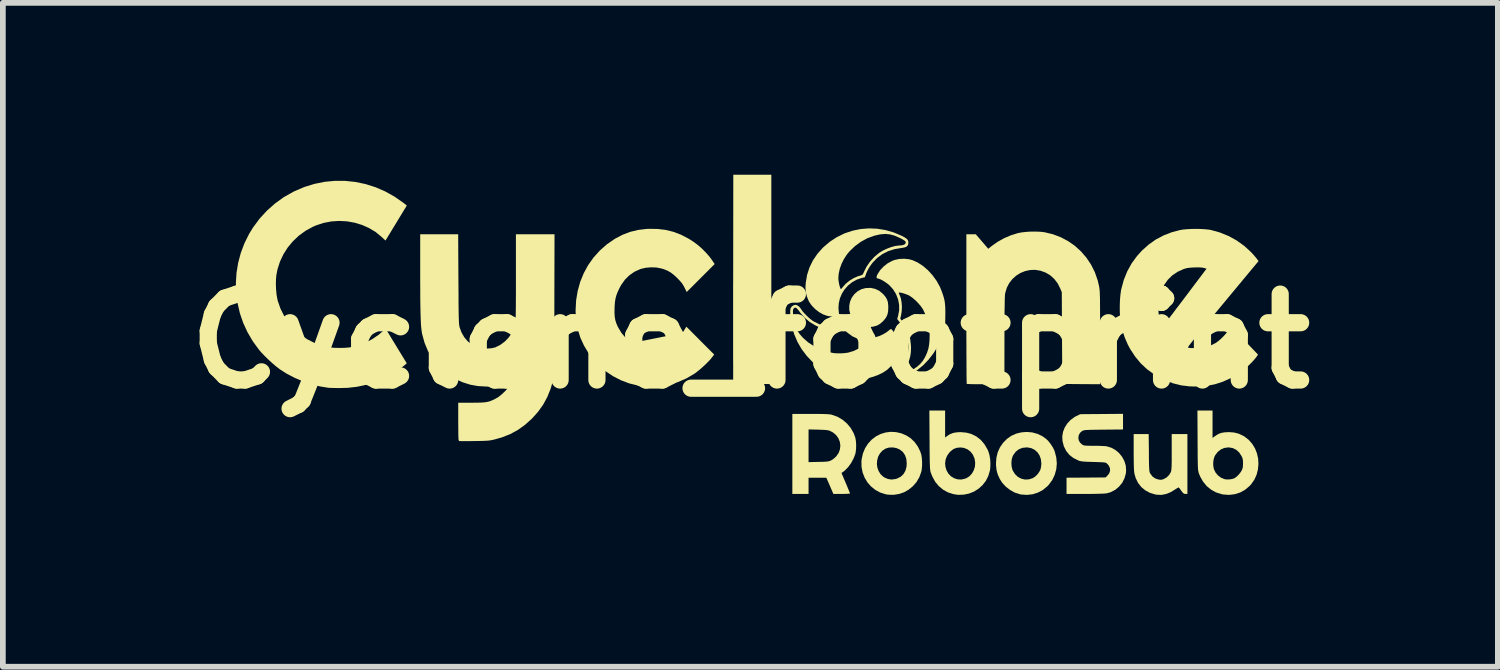
<source format=kicad_pcb>
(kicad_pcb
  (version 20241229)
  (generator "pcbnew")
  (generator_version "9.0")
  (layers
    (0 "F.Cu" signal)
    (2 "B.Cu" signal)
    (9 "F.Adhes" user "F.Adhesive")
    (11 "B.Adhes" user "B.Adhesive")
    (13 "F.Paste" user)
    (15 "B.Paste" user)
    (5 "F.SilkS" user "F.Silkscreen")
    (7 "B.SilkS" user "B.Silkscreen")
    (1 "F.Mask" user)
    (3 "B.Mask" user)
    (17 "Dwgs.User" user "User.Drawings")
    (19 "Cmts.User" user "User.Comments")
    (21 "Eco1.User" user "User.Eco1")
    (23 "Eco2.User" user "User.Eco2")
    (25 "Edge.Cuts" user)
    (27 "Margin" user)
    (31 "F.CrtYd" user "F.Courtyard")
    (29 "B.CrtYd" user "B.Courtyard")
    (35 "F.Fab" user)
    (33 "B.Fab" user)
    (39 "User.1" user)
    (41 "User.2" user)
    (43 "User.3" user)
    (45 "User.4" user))
  (footprint "Cyclone_footprint"
    (layer "F.Cu")
    (at 10.05 2.906)
    (property "Reference" "Cyclone_footprint" (at 0 0 0) (layer "F.SilkS") (effects (font (size 1.5 1.5) (thickness 0.3))))
    (attr board_only exclude_from_pos_files exclude_from_bom)
    (fp_poly (pts (xy 0.366 -1.079) (xy 0.366 0.747) (xy 0.036 0.75) (xy -0.057 0.75) (xy -0.132 0.751) (xy -0.191 0.75) (xy -0.235 0.749) (xy -0.266 0.748) (xy -0.286 0.745) (xy -0.296 0.742) (xy -0.298 0.74) (xy -0.299 0.729) (xy -0.299 0.7) (xy -0.3 0.653) (xy -0.3 0.589) (xy -0.3 0.51) (xy -0.3 0.416) (xy -0.301 0.308) (xy -0.301 0.187) (xy -0.301 0.055) (xy -0.301 -0.088) (xy -0.301 -0.241) (xy -0.301 -0.403) (xy -0.301 -0.573) (xy -0.301 -0.75) (xy -0.301 -0.933) (xy -0.3 -1.089) (xy -0.298 -2.906) (xy 0.034 -2.906) (xy 0.366 -2.906)) (stroke (width 0) (type solid)) (fill yes) (layer "F.SilkS"))
    (fp_poly (pts (xy 2.179 -0.913) (xy 2.25 -0.879) (xy 2.314 -0.826) (xy 2.319 -0.821) (xy 2.359 -0.774) (xy 2.385 -0.729) (xy 2.401 -0.68) (xy 2.407 -0.622) (xy 2.408 -0.586) (xy 2.405 -0.52) (xy 2.394 -0.468) (xy 2.374 -0.421) (xy 2.341 -0.376) (xy 2.32 -0.352) (xy 2.265 -0.303) (xy 2.206 -0.27) (xy 2.138 -0.252) (xy 2.082 -0.247) (xy 2.036 -0.246) (xy 2.002 -0.249) (xy 1.972 -0.256) (xy 1.943 -0.267) (xy 1.869 -0.307) (xy 1.809 -0.36) (xy 1.764 -0.422) (xy 1.745 -0.466) (xy 1.727 -0.544) (xy 1.727 -0.621) (xy 1.742 -0.695) (xy 1.773 -0.763) (xy 1.817 -0.822) (xy 1.873 -0.871) (xy 1.939 -0.907) (xy 2.014 -0.927) (xy 2.018 -0.927) (xy 2.101 -0.93)) (stroke (width 0) (type solid)) (fill yes) (layer "F.SilkS"))
    (fp_poly (pts (xy 6.958 1.947) (xy 6.958 2.035) (xy 6.959 2.106) (xy 6.96 2.162) (xy 6.962 2.205) (xy 6.964 2.238) (xy 6.966 2.261) (xy 6.969 2.279) (xy 6.973 2.293) (xy 6.978 2.305) (xy 6.982 2.312) (xy 7.019 2.362) (xy 7.069 2.397) (xy 7.119 2.414) (xy 7.154 2.42) (xy 7.18 2.419) (xy 7.21 2.41) (xy 7.214 2.409) (xy 7.269 2.378) (xy 7.314 2.332) (xy 7.338 2.291) (xy 7.343 2.279) (xy 7.347 2.264) (xy 7.35 2.245) (xy 7.352 2.219) (xy 7.354 2.184) (xy 7.355 2.138) (xy 7.356 2.079) (xy 7.356 2.004) (xy 7.356 1.937) (xy 7.356 1.622) (xy 7.493 1.622) (xy 7.63 1.622) (xy 7.63 2.144) (xy 7.63 2.667) (xy 7.596 2.667) (xy 7.576 2.665) (xy 7.56 2.656) (xy 7.542 2.637) (xy 7.526 2.616) (xy 7.506 2.588) (xy 7.49 2.566) (xy 7.482 2.556) (xy 7.471 2.556) (xy 7.45 2.567) (xy 7.428 2.581) (xy 7.343 2.634) (xy 7.26 2.668) (xy 7.178 2.684) (xy 7.095 2.681) (xy 7.068 2.676) (xy 6.975 2.648) (xy 6.894 2.604) (xy 6.824 2.546) (xy 6.768 2.474) (xy 6.727 2.39) (xy 6.706 2.317) (xy 6.702 2.29) (xy 6.698 2.254) (xy 6.696 2.207) (xy 6.694 2.147) (xy 6.693 2.072) (xy 6.692 1.98) (xy 6.692 1.937) (xy 6.692 1.622) (xy 6.823 1.622) (xy 6.954 1.622)) (stroke (width 0) (type solid)) (fill yes) (layer "F.SilkS"))
    (fp_poly (pts (xy 2.544 1.588) (xy 2.639 1.61) (xy 2.727 1.648) (xy 2.802 1.698) (xy 2.869 1.763) (xy 2.924 1.84) (xy 2.966 1.926) (xy 2.984 1.98) (xy 2.993 2.035) (xy 2.998 2.1) (xy 2.998 2.169) (xy 2.993 2.233) (xy 2.984 2.281) (xy 2.95 2.375) (xy 2.901 2.459) (xy 2.839 2.531) (xy 2.766 2.591) (xy 2.684 2.638) (xy 2.595 2.668) (xy 2.5 2.683) (xy 2.403 2.68) (xy 2.358 2.672) (xy 2.265 2.642) (xy 2.18 2.596) (xy 2.106 2.536) (xy 2.044 2.465) (xy 1.995 2.383) (xy 1.96 2.293) (xy 1.941 2.197) (xy 1.94 2.145) (xy 2.209 2.145) (xy 2.218 2.21) (xy 2.24 2.27) (xy 2.275 2.325) (xy 2.323 2.369) (xy 2.339 2.379) (xy 2.401 2.406) (xy 2.463 2.416) (xy 2.529 2.408) (xy 2.568 2.396) (xy 2.627 2.365) (xy 2.674 2.32) (xy 2.707 2.262) (xy 2.726 2.193) (xy 2.73 2.135) (xy 2.723 2.058) (xy 2.702 1.994) (xy 2.666 1.939) (xy 2.655 1.928) (xy 2.607 1.891) (xy 2.548 1.866) (xy 2.484 1.855) (xy 2.419 1.858) (xy 2.36 1.876) (xy 2.305 1.912) (xy 2.262 1.96) (xy 2.231 2.017) (xy 2.214 2.08) (xy 2.209 2.145) (xy 1.94 2.145) (xy 1.939 2.097) (xy 1.943 2.061) (xy 1.965 1.96) (xy 2.003 1.869) (xy 2.054 1.789) (xy 2.117 1.72) (xy 2.19 1.664) (xy 2.271 1.622) (xy 2.358 1.595) (xy 2.45 1.583)) (stroke (width 0) (type solid)) (fill yes) (layer "F.SilkS"))
    (fp_poly (pts (xy 4.92 1.593) (xy 5.011 1.618) (xy 5.098 1.659) (xy 5.162 1.705) (xy 5.202 1.744) (xy 5.243 1.796) (xy 5.28 1.853) (xy 5.308 1.909) (xy 5.314 1.927) (xy 5.341 2.031) (xy 5.35 2.135) (xy 5.341 2.236) (xy 5.314 2.333) (xy 5.271 2.424) (xy 5.211 2.506) (xy 5.183 2.535) (xy 5.106 2.598) (xy 5.02 2.644) (xy 4.927 2.673) (xy 4.829 2.684) (xy 4.729 2.677) (xy 4.702 2.672) (xy 4.616 2.644) (xy 4.535 2.599) (xy 4.46 2.541) (xy 4.397 2.473) (xy 4.354 2.405) (xy 4.319 2.328) (xy 4.298 2.252) (xy 4.289 2.169) (xy 4.289 2.135) (xy 4.289 2.125) (xy 4.557 2.125) (xy 4.561 2.188) (xy 4.575 2.244) (xy 4.582 2.261) (xy 4.621 2.322) (xy 4.671 2.37) (xy 4.73 2.401) (xy 4.794 2.416) (xy 4.862 2.413) (xy 4.93 2.392) (xy 4.931 2.391) (xy 4.975 2.362) (xy 5.016 2.321) (xy 5.049 2.273) (xy 5.065 2.24) (xy 5.073 2.204) (xy 5.079 2.16) (xy 5.08 2.135) (xy 5.072 2.06) (xy 5.048 1.994) (xy 5.011 1.939) (xy 4.962 1.896) (xy 4.902 1.867) (xy 4.834 1.855) (xy 4.821 1.855) (xy 4.748 1.863) (xy 4.685 1.889) (xy 4.632 1.931) (xy 4.59 1.989) (xy 4.578 2.012) (xy 4.563 2.064) (xy 4.557 2.125) (xy 4.289 2.125) (xy 4.296 2.032) (xy 4.319 1.939) (xy 4.358 1.853) (xy 4.413 1.774) (xy 4.48 1.706) (xy 4.557 1.652) (xy 4.642 1.614) (xy 4.733 1.592) (xy 4.826 1.585)) (stroke (width 0) (type solid)) (fill yes) (layer "F.SilkS"))
    (fp_poly (pts (xy 3.4 1.447) (xy 3.4 1.683) (xy 3.435 1.656) (xy 3.485 1.624) (xy 3.538 1.603) (xy 3.599 1.592) (xy 3.668 1.588) (xy 3.771 1.597) (xy 3.864 1.623) (xy 3.949 1.666) (xy 4.024 1.725) (xy 4.087 1.8) (xy 4.14 1.89) (xy 4.157 1.929) (xy 4.175 1.991) (xy 4.187 2.064) (xy 4.191 2.141) (xy 4.188 2.216) (xy 4.182 2.259) (xy 4.154 2.354) (xy 4.111 2.439) (xy 4.053 2.514) (xy 3.984 2.576) (xy 3.905 2.626) (xy 3.817 2.661) (xy 3.724 2.68) (xy 3.626 2.683) (xy 3.546 2.671) (xy 3.452 2.641) (xy 3.366 2.594) (xy 3.291 2.532) (xy 3.227 2.455) (xy 3.177 2.364) (xy 3.15 2.296) (xy 3.146 2.282) (xy 3.142 2.267) (xy 3.14 2.248) (xy 3.137 2.223) (xy 3.135 2.191) (xy 3.134 2.151) (xy 3.133 2.131) (xy 3.4 2.131) (xy 3.406 2.195) (xy 3.425 2.256) (xy 3.457 2.312) (xy 3.5 2.358) (xy 3.555 2.392) (xy 3.616 2.412) (xy 3.681 2.416) (xy 3.745 2.402) (xy 3.767 2.394) (xy 3.823 2.36) (xy 3.868 2.312) (xy 3.901 2.253) (xy 3.921 2.188) (xy 3.925 2.118) (xy 3.914 2.05) (xy 3.885 1.982) (xy 3.843 1.928) (xy 3.79 1.888) (xy 3.727 1.863) (xy 3.665 1.856) (xy 3.603 1.862) (xy 3.549 1.882) (xy 3.501 1.918) (xy 3.474 1.945) (xy 3.433 2.003) (xy 3.409 2.066) (xy 3.4 2.131) (xy 3.133 2.131) (xy 3.132 2.099) (xy 3.131 2.036) (xy 3.13 1.958) (xy 3.129 1.865) (xy 3.129 1.754) (xy 3.128 1.727) (xy 3.125 1.211) (xy 3.262 1.211) (xy 3.4 1.211)) (stroke (width 0) (type solid)) (fill yes) (layer "F.SilkS"))
    (fp_poly (pts (xy 1.142 1.27) (xy 1.218 1.271) (xy 1.279 1.272) (xy 1.327 1.274) (xy 1.365 1.276) (xy 1.393 1.279) (xy 1.416 1.283) (xy 1.422 1.285) (xy 1.519 1.319) (xy 1.607 1.37) (xy 1.685 1.436) (xy 1.751 1.514) (xy 1.802 1.603) (xy 1.832 1.683) (xy 1.842 1.738) (xy 1.847 1.805) (xy 1.846 1.874) (xy 1.839 1.937) (xy 1.832 1.971) (xy 1.801 2.05) (xy 1.759 2.128) (xy 1.708 2.198) (xy 1.651 2.257) (xy 1.619 2.282) (xy 1.591 2.301) (xy 1.665 2.476) (xy 1.688 2.53) (xy 1.708 2.579) (xy 1.724 2.618) (xy 1.735 2.645) (xy 1.739 2.658) (xy 1.739 2.659) (xy 1.73 2.662) (xy 1.704 2.664) (xy 1.666 2.666) (xy 1.619 2.667) (xy 1.594 2.667) (xy 1.449 2.667) (xy 1.388 2.525) (xy 1.326 2.384) (xy 1.171 2.384) (xy 1.016 2.384) (xy 1.016 2.525) (xy 1.016 2.667) (xy 0.874 2.667) (xy 0.733 2.667) (xy 0.733 1.968) (xy 0.733 1.827) (xy 1.016 1.827) (xy 1.016 2.112) (xy 1.189 2.108) (xy 1.253 2.107) (xy 1.301 2.105) (xy 1.336 2.102) (xy 1.362 2.099) (xy 1.382 2.093) (xy 1.4 2.086) (xy 1.409 2.082) (xy 1.442 2.062) (xy 1.477 2.033) (xy 1.5 2.01) (xy 1.541 1.952) (xy 1.564 1.888) (xy 1.571 1.823) (xy 1.562 1.758) (xy 1.537 1.696) (xy 1.498 1.641) (xy 1.444 1.595) (xy 1.397 1.57) (xy 1.378 1.562) (xy 1.355 1.556) (xy 1.327 1.552) (xy 1.288 1.549) (xy 1.237 1.547) (xy 1.185 1.545) (xy 1.016 1.541) (xy 1.016 1.827) (xy 0.733 1.827) (xy 0.733 1.27) (xy 1.048 1.27)) (stroke (width 0) (type solid)) (fill yes) (layer "F.SilkS"))
    (fp_poly (pts (xy 8.069 1.451) (xy 8.069 1.69) (xy 8.113 1.657) (xy 8.163 1.625) (xy 8.216 1.603) (xy 8.277 1.592) (xy 8.351 1.588) (xy 8.358 1.588) (xy 8.446 1.595) (xy 8.524 1.615) (xy 8.6 1.65) (xy 8.627 1.666) (xy 8.702 1.724) (xy 8.763 1.795) (xy 8.811 1.874) (xy 8.845 1.961) (xy 8.865 2.053) (xy 8.87 2.147) (xy 8.861 2.241) (xy 8.838 2.332) (xy 8.799 2.418) (xy 8.745 2.496) (xy 8.714 2.53) (xy 8.636 2.595) (xy 8.55 2.643) (xy 8.456 2.672) (xy 8.358 2.684) (xy 8.257 2.677) (xy 8.226 2.671) (xy 8.131 2.641) (xy 8.045 2.594) (xy 7.969 2.532) (xy 7.905 2.455) (xy 7.854 2.366) (xy 7.833 2.315) (xy 7.828 2.301) (xy 7.824 2.287) (xy 7.821 2.272) (xy 7.818 2.254) (xy 7.815 2.232) (xy 7.814 2.203) (xy 7.812 2.17) (xy 8.081 2.17) (xy 8.09 2.223) (xy 8.093 2.235) (xy 8.122 2.295) (xy 8.166 2.346) (xy 8.219 2.385) (xy 8.279 2.409) (xy 8.299 2.413) (xy 8.34 2.415) (xy 8.386 2.411) (xy 8.427 2.402) (xy 8.451 2.393) (xy 8.489 2.366) (xy 8.529 2.327) (xy 8.562 2.284) (xy 8.575 2.262) (xy 8.589 2.232) (xy 8.597 2.203) (xy 8.6 2.167) (xy 8.601 2.135) (xy 8.6 2.09) (xy 8.595 2.057) (xy 8.586 2.029) (xy 8.575 2.006) (xy 8.533 1.942) (xy 8.482 1.896) (xy 8.423 1.867) (xy 8.354 1.855) (xy 8.344 1.855) (xy 8.275 1.864) (xy 8.213 1.891) (xy 8.159 1.934) (xy 8.115 1.992) (xy 8.106 2.008) (xy 8.09 2.054) (xy 8.081 2.11) (xy 8.081 2.17) (xy 7.812 2.17) (xy 7.812 2.166) (xy 7.811 2.119) (xy 7.81 2.06) (xy 7.809 1.988) (xy 7.809 1.9) (xy 7.808 1.796) (xy 7.808 1.732) (xy 7.805 1.211) (xy 7.937 1.211) (xy 8.069 1.211)) (stroke (width 0) (type solid)) (fill yes) (layer "F.SilkS"))
    (fp_poly (pts (xy 6.506 1.406) (xy 6.506 1.542) (xy 6.167 1.545) (xy 6.076 1.546) (xy 6.003 1.547) (xy 5.945 1.548) (xy 5.9 1.55) (xy 5.866 1.551) (xy 5.841 1.554) (xy 5.823 1.557) (xy 5.81 1.56) (xy 5.799 1.565) (xy 5.793 1.568) (xy 5.756 1.6) (xy 5.734 1.64) (xy 5.726 1.685) (xy 5.733 1.73) (xy 5.755 1.771) (xy 5.792 1.805) (xy 5.796 1.807) (xy 5.809 1.814) (xy 5.824 1.82) (xy 5.845 1.823) (xy 5.874 1.825) (xy 5.916 1.826) (xy 5.972 1.827) (xy 5.999 1.827) (xy 6.06 1.827) (xy 6.117 1.829) (xy 6.167 1.831) (xy 6.204 1.834) (xy 6.222 1.836) (xy 6.303 1.861) (xy 6.376 1.902) (xy 6.439 1.956) (xy 6.491 2.021) (xy 6.53 2.094) (xy 6.554 2.173) (xy 6.56 2.256) (xy 6.556 2.307) (xy 6.532 2.393) (xy 6.493 2.471) (xy 6.438 2.538) (xy 6.372 2.594) (xy 6.295 2.635) (xy 6.225 2.656) (xy 6.199 2.659) (xy 6.154 2.662) (xy 6.093 2.664) (xy 6.016 2.666) (xy 5.926 2.667) (xy 5.846 2.667) (xy 5.52 2.667) (xy 5.52 2.526) (xy 5.52 2.384) (xy 5.861 2.382) (xy 6.202 2.379) (xy 6.228 2.354) (xy 6.264 2.31) (xy 6.28 2.264) (xy 6.278 2.217) (xy 6.256 2.171) (xy 6.228 2.139) (xy 6.219 2.131) (xy 6.209 2.125) (xy 6.196 2.121) (xy 6.177 2.117) (xy 6.149 2.115) (xy 6.11 2.113) (xy 6.056 2.111) (xy 5.99 2.109) (xy 5.918 2.107) (xy 5.863 2.105) (xy 5.82 2.102) (xy 5.788 2.099) (xy 5.763 2.094) (xy 5.741 2.089) (xy 5.724 2.082) (xy 5.639 2.04) (xy 5.569 1.985) (xy 5.514 1.917) (xy 5.473 1.836) (xy 5.45 1.748) (xy 5.445 1.666) (xy 5.458 1.585) (xy 5.488 1.508) (xy 5.533 1.437) (xy 5.591 1.375) (xy 5.662 1.323) (xy 5.691 1.308) (xy 5.759 1.275) (xy 6.133 1.272) (xy 6.506 1.269)) (stroke (width 0) (type solid)) (fill yes) (layer "F.SilkS"))
    (fp_poly (pts (xy 5.073 -1.909) (xy 5.138 -1.901) (xy 5.283 -1.866) (xy 5.42 -1.814) (xy 5.548 -1.746) (xy 5.667 -1.663) (xy 5.773 -1.566) (xy 5.867 -1.457) (xy 5.948 -1.336) (xy 6.014 -1.204) (xy 6.063 -1.064) (xy 6.087 -0.964) (xy 6.09 -0.946) (xy 6.093 -0.928) (xy 6.096 -0.907) (xy 6.098 -0.883) (xy 6.1 -0.855) (xy 6.101 -0.82) (xy 6.103 -0.778) (xy 6.104 -0.727) (xy 6.104 -0.666) (xy 6.105 -0.593) (xy 6.105 -0.507) (xy 6.106 -0.407) (xy 6.106 -0.291) (xy 6.106 -0.157) (xy 6.106 -0.058) (xy 6.106 0.752) (xy 5.776 0.75) (xy 5.446 0.747) (xy 5.441 -0.054) (xy 5.437 -0.855) (xy 5.413 -0.913) (xy 5.366 -1.007) (xy 5.306 -1.086) (xy 5.233 -1.151) (xy 5.153 -1.198) (xy 5.064 -1.23) (xy 4.974 -1.245) (xy 4.884 -1.242) (xy 4.797 -1.223) (xy 4.715 -1.19) (xy 4.64 -1.143) (xy 4.574 -1.083) (xy 4.519 -1.013) (xy 4.477 -0.932) (xy 4.45 -0.842) (xy 4.445 -0.81) (xy 4.444 -0.788) (xy 4.442 -0.748) (xy 4.441 -0.692) (xy 4.44 -0.621) (xy 4.438 -0.536) (xy 4.437 -0.44) (xy 4.437 -0.334) (xy 4.436 -0.22) (xy 4.436 -0.098) (xy 4.436 0.007) (xy 4.435 0.752) (xy 4.11 0.752) (xy 4.032 0.752) (xy 3.96 0.752) (xy 3.897 0.751) (xy 3.845 0.75) (xy 3.806 0.748) (xy 3.783 0.747) (xy 3.777 0.746) (xy 3.777 0.735) (xy 3.776 0.707) (xy 3.775 0.661) (xy 3.774 0.598) (xy 3.774 0.521) (xy 3.773 0.43) (xy 3.773 0.327) (xy 3.772 0.211) (xy 3.772 0.086) (xy 3.771 -0.049) (xy 3.771 -0.192) (xy 3.771 -0.342) (xy 3.771 -0.498) (xy 3.771 -0.563) (xy 3.771 -1.866) (xy 3.853 -1.866) (xy 3.935 -1.866) (xy 4.044 -1.74) (xy 4.153 -1.613) (xy 4.214 -1.662) (xy 4.315 -1.733) (xy 4.429 -1.797) (xy 4.551 -1.849) (xy 4.673 -1.887) (xy 4.739 -1.899) (xy 4.819 -1.908) (xy 4.905 -1.913) (xy 4.992 -1.913)) (stroke (width 0) (type solid)) (fill yes) (layer "F.SilkS"))
    (fp_poly (pts (xy -1.62 -1.959) (xy -1.477 -1.942) (xy -1.341 -1.908) (xy -1.208 -1.857) (xy -1.076 -1.788) (xy -0.996 -1.737) (xy -0.923 -1.683) (xy -0.848 -1.618) (xy -0.776 -1.546) (xy -0.713 -1.474) (xy -0.675 -1.423) (xy -0.623 -1.346) (xy -0.867 -1.102) (xy -1.111 -0.858) (xy -1.149 -0.934) (xy -1.171 -0.975) (xy -1.196 -1.013) (xy -1.229 -1.052) (xy -1.273 -1.098) (xy -1.275 -1.1) (xy -1.335 -1.156) (xy -1.391 -1.199) (xy -1.448 -1.231) (xy -1.512 -1.257) (xy -1.558 -1.27) (xy -1.641 -1.286) (xy -1.731 -1.289) (xy -1.822 -1.282) (xy -1.906 -1.263) (xy -1.924 -1.257) (xy -2.023 -1.212) (xy -2.112 -1.15) (xy -2.19 -1.073) (xy -2.256 -0.98) (xy -2.287 -0.923) (xy -2.317 -0.858) (xy -2.339 -0.801) (xy -2.354 -0.746) (xy -2.364 -0.686) (xy -2.369 -0.617) (xy -2.371 -0.576) (xy -2.372 -0.495) (xy -2.368 -0.427) (xy -2.358 -0.368) (xy -2.34 -0.311) (xy -2.315 -0.253) (xy -2.309 -0.242) (xy -2.25 -0.143) (xy -2.178 -0.059) (xy -2.093 0.01) (xy -1.994 0.067) (xy -1.991 0.068) (xy -1.891 0.105) (xy -1.787 0.123) (xy -1.681 0.125) (xy -1.575 0.11) (xy -1.473 0.079) (xy -1.378 0.032) (xy -1.291 -0.03) (xy -1.261 -0.058) (xy -1.225 -0.096) (xy -1.19 -0.14) (xy -1.161 -0.18) (xy -1.157 -0.188) (xy -1.117 -0.253) (xy -0.875 -0.01) (xy -0.632 0.233) (xy -0.668 0.281) (xy -0.7 0.321) (xy -0.745 0.368) (xy -0.798 0.42) (xy -0.853 0.47) (xy -0.909 0.517) (xy -0.959 0.556) (xy -0.978 0.569) (xy -1.118 0.651) (xy -1.266 0.715) (xy -1.421 0.761) (xy -1.498 0.776) (xy -1.557 0.784) (xy -1.629 0.788) (xy -1.708 0.79) (xy -1.788 0.789) (xy -1.864 0.786) (xy -1.93 0.78) (xy -1.959 0.775) (xy -2.113 0.738) (xy -2.261 0.682) (xy -2.4 0.61) (xy -2.531 0.522) (xy -2.65 0.42) (xy -2.756 0.303) (xy -2.824 0.211) (xy -2.905 0.076) (xy -2.968 -0.061) (xy -3.012 -0.203) (xy -3.04 -0.352) (xy -3.051 -0.509) (xy -3.051 -0.542) (xy -3.042 -0.713) (xy -3.014 -0.879) (xy -2.97 -1.037) (xy -2.908 -1.188) (xy -2.831 -1.329) (xy -2.737 -1.461) (xy -2.629 -1.581) (xy -2.507 -1.689) (xy -2.37 -1.784) (xy -2.365 -1.787) (xy -2.235 -1.856) (xy -2.102 -1.907) (xy -1.963 -1.941) (xy -1.816 -1.959) (xy -1.773 -1.961)) (stroke (width 0) (type solid)) (fill yes) (layer "F.SilkS"))
    (fp_poly (pts (xy 2.215 -1.963) (xy 2.361 -1.939) (xy 2.506 -1.897) (xy 2.647 -1.837) (xy 2.647 -1.836) (xy 2.696 -1.81) (xy 2.728 -1.788) (xy 2.748 -1.766) (xy 2.757 -1.741) (xy 2.759 -1.718) (xy 2.753 -1.681) (xy 2.734 -1.655) (xy 2.7 -1.638) (xy 2.649 -1.628) (xy 2.641 -1.627) (xy 2.519 -1.607) (xy 2.406 -1.571) (xy 2.304 -1.519) (xy 2.213 -1.452) (xy 2.134 -1.37) (xy 2.091 -1.312) (xy 2.065 -1.269) (xy 2.041 -1.224) (xy 2.023 -1.184) (xy 2.021 -1.177) (xy 1.999 -1.116) (xy 1.947 -1.104) (xy 1.86 -1.075) (xy 1.778 -1.03) (xy 1.704 -0.97) (xy 1.642 -0.9) (xy 1.598 -0.829) (xy 1.563 -0.746) (xy 1.544 -0.664) (xy 1.538 -0.58) (xy 1.546 -0.488) (xy 1.55 -0.466) (xy 1.556 -0.43) (xy 1.469 -0.431) (xy 1.424 -0.432) (xy 1.382 -0.435) (xy 1.35 -0.439) (xy 1.344 -0.441) (xy 1.271 -0.467) (xy 1.198 -0.508) (xy 1.13 -0.561) (xy 1.071 -0.622) (xy 1.025 -0.688) (xy 1.018 -0.703) (xy 0.986 -0.782) (xy 0.967 -0.86) (xy 0.962 -0.943) (xy 0.967 -1.019) (xy 0.981 -1.099) (xy 1.536 -1.099) (xy 1.538 -1.07) (xy 1.543 -1.031) (xy 1.551 -0.99) (xy 1.56 -0.954) (xy 1.57 -0.926) (xy 1.578 -0.91) (xy 1.581 -0.909) (xy 1.59 -0.916) (xy 1.606 -0.935) (xy 1.617 -0.949) (xy 1.666 -1.003) (xy 1.728 -1.054) (xy 1.799 -1.098) (xy 1.872 -1.131) (xy 1.912 -1.143) (xy 1.94 -1.151) (xy 1.957 -1.161) (xy 1.97 -1.179) (xy 1.983 -1.209) (xy 1.983 -1.21) (xy 2.029 -1.301) (xy 2.09 -1.389) (xy 2.163 -1.47) (xy 2.243 -1.537) (xy 2.254 -1.545) (xy 2.317 -1.583) (xy 2.388 -1.616) (xy 2.461 -1.643) (xy 2.532 -1.662) (xy 2.594 -1.67) (xy 2.605 -1.67) (xy 2.657 -1.675) (xy 2.692 -1.688) (xy 2.708 -1.706) (xy 2.713 -1.722) (xy 2.71 -1.737) (xy 2.696 -1.752) (xy 2.669 -1.77) (xy 2.628 -1.793) (xy 2.605 -1.804) (xy 2.519 -1.842) (xy 2.437 -1.864) (xy 2.356 -1.872) (xy 2.27 -1.865) (xy 2.176 -1.844) (xy 2.161 -1.84) (xy 2.043 -1.797) (xy 1.931 -1.736) (xy 1.827 -1.66) (xy 1.734 -1.571) (xy 1.684 -1.511) (xy 1.634 -1.434) (xy 1.592 -1.35) (xy 1.561 -1.263) (xy 1.542 -1.178) (xy 1.536 -1.099) (xy 0.981 -1.099) (xy 0.99 -1.156) (xy 1.032 -1.286) (xy 1.092 -1.409) (xy 1.17 -1.524) (xy 1.265 -1.631) (xy 1.276 -1.641) (xy 1.39 -1.738) (xy 1.514 -1.818) (xy 1.645 -1.882) (xy 1.783 -1.928) (xy 1.924 -1.957) (xy 2.069 -1.969)) (stroke (width 0) (type solid)) (fill yes) (layer "F.SilkS"))
    (fp_poly (pts (xy 0.819 -0.626) (xy 0.853 -0.601) (xy 0.882 -0.564) (xy 0.885 -0.56) (xy 0.912 -0.521) (xy 0.952 -0.476) (xy 0.998 -0.43) (xy 1.046 -0.387) (xy 1.091 -0.353) (xy 1.108 -0.343) (xy 1.206 -0.294) (xy 1.308 -0.263) (xy 1.418 -0.248) (xy 1.431 -0.247) (xy 1.491 -0.246) (xy 1.544 -0.247) (xy 1.585 -0.252) (xy 1.591 -0.253) (xy 1.643 -0.264) (xy 1.684 -0.221) (xy 1.745 -0.167) (xy 1.817 -0.121) (xy 1.891 -0.086) (xy 1.944 -0.072) (xy 2.008 -0.063) (xy 2.076 -0.06) (xy 2.14 -0.062) (xy 2.18 -0.068) (xy 2.247 -0.088) (xy 2.316 -0.119) (xy 2.38 -0.157) (xy 2.406 -0.178) (xy 2.432 -0.199) (xy 2.448 -0.209) (xy 2.459 -0.209) (xy 2.47 -0.202) (xy 2.472 -0.2) (xy 2.493 -0.173) (xy 2.515 -0.133) (xy 2.537 -0.084) (xy 2.555 -0.032) (xy 2.565 0.01) (xy 2.575 0.1) (xy 2.567 0.192) (xy 2.542 0.282) (xy 2.503 0.366) (xy 2.45 0.441) (xy 2.39 0.499) (xy 2.31 0.552) (xy 2.217 0.596) (xy 2.113 0.631) (xy 2.003 0.656) (xy 1.891 0.669) (xy 1.78 0.67) (xy 1.714 0.664) (xy 1.605 0.642) (xy 1.49 0.606) (xy 1.377 0.56) (xy 1.272 0.504) (xy 1.204 0.46) (xy 1.088 0.366) (xy 0.985 0.258) (xy 0.895 0.139) (xy 0.821 0.01) (xy 0.763 -0.127) (xy 0.723 -0.27) (xy 0.719 -0.293) (xy 0.708 -0.361) (xy 0.7 -0.425) (xy 0.696 -0.484) (xy 0.696 -0.523) (xy 0.743 -0.523) (xy 0.744 -0.488) (xy 0.746 -0.448) (xy 0.757 -0.352) (xy 0.779 -0.268) (xy 0.814 -0.192) (xy 0.865 -0.119) (xy 0.918 -0.059) (xy 1.008 0.02) (xy 1.111 0.088) (xy 1.224 0.144) (xy 1.341 0.185) (xy 1.451 0.208) (xy 1.512 0.213) (xy 1.582 0.213) (xy 1.652 0.208) (xy 1.708 0.2) (xy 1.805 0.171) (xy 1.894 0.127) (xy 1.972 0.068) (xy 1.986 0.055) (xy 2.046 -0.004) (xy 1.978 -0.015) (xy 1.874 -0.042) (xy 1.781 -0.085) (xy 1.7 -0.144) (xy 1.682 -0.16) (xy 1.641 -0.2) (xy 1.492 -0.2) (xy 1.414 -0.202) (xy 1.35 -0.206) (xy 1.295 -0.215) (xy 1.244 -0.229) (xy 1.191 -0.249) (xy 1.137 -0.274) (xy 1.036 -0.335) (xy 0.946 -0.411) (xy 0.874 -0.494) (xy 0.841 -0.538) (xy 0.817 -0.566) (xy 0.799 -0.582) (xy 0.784 -0.587) (xy 0.771 -0.582) (xy 0.756 -0.569) (xy 0.749 -0.56) (xy 0.745 -0.545) (xy 0.743 -0.523) (xy 0.696 -0.523) (xy 0.696 -0.533) (xy 0.701 -0.567) (xy 0.703 -0.576) (xy 0.723 -0.604) (xy 0.753 -0.626) (xy 0.785 -0.635) (xy 0.786 -0.635)) (stroke (width 0) (type solid)) (fill yes) (layer "F.SilkS"))
    (fp_poly (pts (xy -7.071 -2.798) (xy -6.893 -2.779) (xy -6.716 -2.742) (xy -6.543 -2.687) (xy -6.375 -2.614) (xy -6.212 -2.523) (xy -6.057 -2.415) (xy -6.029 -2.393) (xy -5.998 -2.368) (xy -6.17 -2.085) (xy -6.211 -2.017) (xy -6.25 -1.954) (xy -6.284 -1.897) (xy -6.314 -1.849) (xy -6.336 -1.812) (xy -6.351 -1.788) (xy -6.356 -1.78) (xy -6.371 -1.757) (xy -6.438 -1.82) (xy -6.541 -1.905) (xy -6.656 -1.974) (xy -6.779 -2.029) (xy -6.909 -2.068) (xy -7.043 -2.092) (xy -7.18 -2.099) (xy -7.317 -2.09) (xy -7.452 -2.064) (xy -7.582 -2.021) (xy -7.635 -1.998) (xy -7.764 -1.928) (xy -7.882 -1.842) (xy -7.986 -1.744) (xy -8.077 -1.635) (xy -8.153 -1.515) (xy -8.213 -1.387) (xy -8.256 -1.252) (xy -8.275 -1.154) (xy -8.282 -1.077) (xy -8.284 -0.991) (xy -8.28 -0.901) (xy -8.272 -0.814) (xy -8.258 -0.736) (xy -8.251 -0.704) (xy -8.203 -0.567) (xy -8.138 -0.438) (xy -8.059 -0.32) (xy -7.965 -0.212) (xy -7.859 -0.118) (xy -7.741 -0.036) (xy -7.614 0.029) (xy -7.479 0.079) (xy -7.377 0.104) (xy -7.319 0.112) (xy -7.248 0.117) (xy -7.171 0.118) (xy -7.094 0.117) (xy -7.024 0.112) (xy -6.99 0.108) (xy -6.858 0.078) (xy -6.729 0.031) (xy -6.605 -0.033) (xy -6.49 -0.111) (xy -6.416 -0.174) (xy -6.389 -0.198) (xy -6.372 -0.209) (xy -6.363 -0.209) (xy -6.359 -0.205) (xy -6.353 -0.193) (xy -6.337 -0.167) (xy -6.313 -0.129) (xy -6.283 -0.079) (xy -6.248 -0.021) (xy -6.208 0.043) (xy -6.175 0.098) (xy -5.999 0.386) (xy -6.035 0.419) (xy -6.076 0.451) (xy -6.129 0.49) (xy -6.191 0.531) (xy -6.257 0.571) (xy -6.322 0.608) (xy -6.382 0.639) (xy -6.383 0.64) (xy -6.545 0.709) (xy -6.704 0.761) (xy -6.864 0.796) (xy -7.03 0.815) (xy -7.183 0.819) (xy -7.238 0.818) (xy -7.289 0.817) (xy -7.33 0.816) (xy -7.359 0.814) (xy -7.366 0.814) (xy -7.51 0.791) (xy -7.66 0.753) (xy -7.81 0.703) (xy -7.956 0.64) (xy -8.093 0.569) (xy -8.215 0.491) (xy -8.275 0.445) (xy -8.341 0.389) (xy -8.41 0.326) (xy -8.477 0.261) (xy -8.536 0.199) (xy -8.577 0.152) (xy -8.686 0.003) (xy -8.778 -0.154) (xy -8.854 -0.318) (xy -8.912 -0.487) (xy -8.952 -0.661) (xy -8.976 -0.837) (xy -8.982 -1.015) (xy -8.971 -1.192) (xy -8.942 -1.368) (xy -8.896 -1.541) (xy -8.832 -1.71) (xy -8.751 -1.873) (xy -8.68 -1.988) (xy -8.566 -2.141) (xy -8.439 -2.279) (xy -8.299 -2.403) (xy -8.147 -2.513) (xy -7.982 -2.606) (xy -7.957 -2.619) (xy -7.785 -2.692) (xy -7.609 -2.746) (xy -7.431 -2.782) (xy -7.251 -2.799)) (stroke (width 0) (type solid)) (fill yes) (layer "F.SilkS"))
    (fp_poly (pts (xy 2.77 -1.43) (xy 2.828 -1.415) (xy 2.923 -1.372) (xy 3.014 -1.313) (xy 3.101 -1.238) (xy 3.18 -1.151) (xy 3.25 -1.055) (xy 3.308 -0.951) (xy 3.341 -0.871) (xy 3.362 -0.811) (xy 3.378 -0.758) (xy 3.39 -0.709) (xy 3.397 -0.659) (xy 3.402 -0.603) (xy 3.404 -0.536) (xy 3.404 -0.459) (xy 3.403 -0.391) (xy 3.402 -0.339) (xy 3.4 -0.298) (xy 3.397 -0.264) (xy 3.392 -0.234) (xy 3.385 -0.203) (xy 3.377 -0.175) (xy 3.332 -0.039) (xy 3.271 0.09) (xy 3.197 0.212) (xy 3.111 0.323) (xy 3.016 0.422) (xy 2.912 0.507) (xy 2.81 0.571) (xy 2.778 0.587) (xy 2.757 0.594) (xy 2.739 0.593) (xy 2.717 0.584) (xy 2.71 0.58) (xy 2.678 0.555) (xy 2.66 0.519) (xy 2.657 0.497) (xy 2.661 0.479) (xy 2.673 0.45) (xy 2.686 0.42) (xy 2.728 0.317) (xy 2.752 0.208) (xy 2.759 0.097) (xy 2.749 -0.015) (xy 2.721 -0.123) (xy 2.687 -0.204) (xy 2.666 -0.242) (xy 2.638 -0.285) (xy 2.611 -0.324) (xy 2.564 -0.386) (xy 2.58 -0.445) (xy 2.598 -0.54) (xy 2.597 -0.637) (xy 2.578 -0.732) (xy 2.543 -0.822) (xy 2.527 -0.848) (xy 2.593 -0.848) (xy 2.593 -0.836) (xy 2.601 -0.815) (xy 2.603 -0.812) (xy 2.626 -0.752) (xy 2.64 -0.68) (xy 2.646 -0.601) (xy 2.642 -0.521) (xy 2.632 -0.459) (xy 2.617 -0.392) (xy 2.656 -0.342) (xy 2.717 -0.25) (xy 2.762 -0.147) (xy 2.791 -0.035) (xy 2.804 0.083) (xy 2.805 0.112) (xy 2.802 0.192) (xy 2.792 0.262) (xy 2.774 0.329) (xy 2.749 0.395) (xy 2.734 0.431) (xy 2.721 0.462) (xy 2.713 0.481) (xy 2.707 0.503) (xy 2.715 0.521) (xy 2.72 0.527) (xy 2.737 0.542) (xy 2.749 0.547) (xy 2.762 0.542) (xy 2.786 0.528) (xy 2.819 0.508) (xy 2.848 0.49) (xy 2.917 0.442) (xy 2.97 0.393) (xy 3.013 0.341) (xy 3.049 0.281) (xy 3.052 0.275) (xy 3.084 0.204) (xy 3.107 0.134) (xy 3.121 0.06) (xy 3.128 -0.023) (xy 3.13 -0.098) (xy 3.129 -0.163) (xy 3.126 -0.215) (xy 3.121 -0.257) (xy 3.113 -0.296) (xy 3.108 -0.315) (xy 3.068 -0.438) (xy 3.019 -0.545) (xy 3.008 -0.564) (xy 2.974 -0.613) (xy 2.929 -0.665) (xy 2.879 -0.715) (xy 2.828 -0.759) (xy 2.78 -0.792) (xy 2.767 -0.799) (xy 2.73 -0.815) (xy 2.69 -0.829) (xy 2.652 -0.841) (xy 2.62 -0.848) (xy 2.598 -0.849) (xy 2.593 -0.848) (xy 2.527 -0.848) (xy 2.491 -0.905) (xy 2.432 -0.971) (xy 2.393 -1.004) (xy 2.349 -1.035) (xy 2.305 -1.062) (xy 2.265 -1.082) (xy 2.233 -1.093) (xy 2.223 -1.094) (xy 2.206 -1.101) (xy 2.203 -1.12) (xy 2.213 -1.153) (xy 2.223 -1.173) (xy 2.267 -1.241) (xy 2.327 -1.304) (xy 2.397 -1.359) (xy 2.475 -1.401) (xy 2.52 -1.418) (xy 2.6 -1.435) (xy 2.686 -1.439)) (stroke (width 0) (type solid)) (fill yes) (layer "F.SilkS"))
    (fp_poly (pts (xy 7.872 -1.958) (xy 7.947 -1.953) (xy 8.012 -1.946) (xy 8.04 -1.941) (xy 8.198 -1.897) (xy 8.348 -1.836) (xy 8.49 -1.758) (xy 8.621 -1.664) (xy 8.724 -1.571) (xy 8.76 -1.534) (xy 8.795 -1.495) (xy 8.824 -1.461) (xy 8.834 -1.449) (xy 8.872 -1.398) (xy 8.25 -0.649) (xy 8.14 -0.516) (xy 8.043 -0.398) (xy 7.957 -0.293) (xy 7.882 -0.202) (xy 7.818 -0.124) (xy 7.765 -0.058) (xy 7.721 -0.003) (xy 7.688 0.04) (xy 7.663 0.072) (xy 7.647 0.095) (xy 7.64 0.108) (xy 7.64 0.111) (xy 7.655 0.116) (xy 7.687 0.12) (xy 7.736 0.121) (xy 7.779 0.122) (xy 7.835 0.121) (xy 7.877 0.119) (xy 7.91 0.115) (xy 7.941 0.109) (xy 7.974 0.098) (xy 7.986 0.094) (xy 8.033 0.076) (xy 8.081 0.054) (xy 8.121 0.033) (xy 8.123 0.032) (xy 8.169 -0.001) (xy 8.219 -0.044) (xy 8.268 -0.093) (xy 8.31 -0.142) (xy 8.342 -0.187) (xy 8.347 -0.196) (xy 8.362 -0.225) (xy 8.374 -0.246) (xy 8.379 -0.253) (xy 8.388 -0.249) (xy 8.409 -0.23) (xy 8.444 -0.197) (xy 8.492 -0.149) (xy 8.552 -0.088) (xy 8.625 -0.013) (xy 8.697 0.061) (xy 8.863 0.235) (xy 8.835 0.276) (xy 8.805 0.314) (xy 8.764 0.359) (xy 8.715 0.409) (xy 8.663 0.458) (xy 8.611 0.503) (xy 8.571 0.534) (xy 8.528 0.564) (xy 8.474 0.597) (xy 8.419 0.629) (xy 8.385 0.647) (xy 8.249 0.708) (xy 8.113 0.752) (xy 7.973 0.78) (xy 7.827 0.792) (xy 7.674 0.79) (xy 7.524 0.772) (xy 7.379 0.736) (xy 7.236 0.681) (xy 7.187 0.658) (xy 7.048 0.579) (xy 6.924 0.489) (xy 6.814 0.386) (xy 6.718 0.27) (xy 6.632 0.139) (xy 6.59 0.06) (xy 6.537 -0.061) (xy 6.496 -0.185) (xy 6.467 -0.32) (xy 6.466 -0.324) (xy 6.456 -0.408) (xy 6.45 -0.504) (xy 6.449 -0.596) (xy 7.123 -0.596) (xy 7.125 -0.513) (xy 7.132 -0.436) (xy 7.135 -0.413) (xy 7.146 -0.36) (xy 7.158 -0.313) (xy 7.17 -0.277) (xy 7.181 -0.253) (xy 7.19 -0.246) (xy 7.191 -0.246) (xy 7.198 -0.254) (xy 7.215 -0.277) (xy 7.243 -0.312) (xy 7.279 -0.359) (xy 7.323 -0.417) (xy 7.374 -0.483) (xy 7.43 -0.558) (xy 7.492 -0.639) (xy 7.557 -0.725) (xy 7.581 -0.757) (xy 7.964 -1.265) (xy 7.921 -1.278) (xy 7.885 -1.285) (xy 7.832 -1.288) (xy 7.761 -1.287) (xy 7.757 -1.287) (xy 7.699 -1.284) (xy 7.654 -1.28) (xy 7.617 -1.274) (xy 7.581 -1.264) (xy 7.563 -1.258) (xy 7.459 -1.211) (xy 7.368 -1.15) (xy 7.29 -1.074) (xy 7.226 -0.984) (xy 7.174 -0.88) (xy 7.151 -0.816) (xy 7.137 -0.753) (xy 7.127 -0.678) (xy 7.123 -0.596) (xy 6.449 -0.596) (xy 6.449 -0.606) (xy 6.452 -0.709) (xy 6.46 -0.806) (xy 6.472 -0.891) (xy 6.477 -0.913) (xy 6.52 -1.072) (xy 6.581 -1.221) (xy 6.657 -1.359) (xy 6.751 -1.487) (xy 6.838 -1.583) (xy 6.956 -1.688) (xy 7.081 -1.776) (xy 7.216 -1.847) (xy 7.361 -1.903) (xy 7.503 -1.94) (xy 7.558 -1.949) (xy 7.628 -1.955) (xy 7.707 -1.959) (xy 7.79 -1.96)) (stroke (width 0) (type solid)) (fill yes) (layer "F.SilkS"))
    (fp_poly (pts (xy -5.097 -1.087) (xy -5.096 -0.943) (xy -5.095 -0.818) (xy -5.095 -0.709) (xy -5.094 -0.616) (xy -5.093 -0.537) (xy -5.092 -0.471) (xy -5.091 -0.416) (xy -5.089 -0.372) (xy -5.088 -0.336) (xy -5.086 -0.307) (xy -5.084 -0.285) (xy -5.081 -0.267) (xy -5.078 -0.253) (xy -5.077 -0.245) (xy -5.042 -0.15) (xy -4.994 -0.067) (xy -4.933 0.004) (xy -4.86 0.06) (xy -4.776 0.1) (xy -4.721 0.117) (xy -4.658 0.127) (xy -4.589 0.129) (xy -4.522 0.124) (xy -4.465 0.112) (xy -4.452 0.108) (xy -4.364 0.064) (xy -4.285 0.005) (xy -4.216 -0.067) (xy -4.16 -0.151) (xy -4.12 -0.243) (xy -4.109 -0.281) (xy -4.106 -0.294) (xy -4.103 -0.31) (xy -4.101 -0.331) (xy -4.099 -0.359) (xy -4.098 -0.393) (xy -4.097 -0.436) (xy -4.096 -0.49) (xy -4.095 -0.555) (xy -4.094 -0.633) (xy -4.094 -0.724) (xy -4.093 -0.832) (xy -4.093 -0.956) (xy -4.093 -1.098) (xy -4.093 -1.103) (xy -4.093 -1.866) (xy -3.756 -1.866) (xy -3.419 -1.866) (xy -3.422 -0.633) (xy -3.422 -0.451) (xy -3.423 -0.288) (xy -3.423 -0.142) (xy -3.424 -0.012) (xy -3.424 0.102) (xy -3.425 0.202) (xy -3.426 0.288) (xy -3.426 0.363) (xy -3.427 0.426) (xy -3.428 0.48) (xy -3.429 0.525) (xy -3.431 0.561) (xy -3.432 0.591) (xy -3.434 0.615) (xy -3.436 0.635) (xy -3.438 0.651) (xy -3.44 0.664) (xy -3.442 0.674) (xy -3.487 0.831) (xy -3.545 0.975) (xy -3.617 1.108) (xy -3.705 1.231) (xy -3.808 1.347) (xy -3.814 1.353) (xy -3.933 1.46) (xy -4.057 1.549) (xy -4.189 1.621) (xy -4.331 1.678) (xy -4.465 1.716) (xy -4.498 1.724) (xy -4.53 1.73) (xy -4.562 1.735) (xy -4.598 1.738) (xy -4.642 1.74) (xy -4.696 1.742) (xy -4.764 1.743) (xy -4.816 1.744) (xy -4.885 1.745) (xy -4.948 1.745) (xy -5.002 1.745) (xy -5.044 1.745) (xy -5.072 1.744) (xy -5.082 1.743) (xy -5.087 1.74) (xy -5.091 1.734) (xy -5.094 1.723) (xy -5.096 1.705) (xy -5.097 1.677) (xy -5.098 1.639) (xy -5.099 1.587) (xy -5.099 1.52) (xy -5.1 1.436) (xy -5.1 1.406) (xy -5.1 1.075) (xy -4.872 1.075) (xy -4.787 1.074) (xy -4.718 1.073) (xy -4.663 1.07) (xy -4.617 1.065) (xy -4.577 1.057) (xy -4.54 1.046) (xy -4.503 1.031) (xy -4.462 1.012) (xy -4.455 1.008) (xy -4.394 0.972) (xy -4.333 0.922) (xy -4.273 0.864) (xy -4.22 0.801) (xy -4.177 0.737) (xy -4.149 0.68) (xy -4.146 0.672) (xy -4.147 0.667) (xy -4.154 0.667) (xy -4.169 0.671) (xy -4.194 0.68) (xy -4.233 0.696) (xy -4.287 0.718) (xy -4.294 0.72) (xy -4.36 0.747) (xy -4.413 0.766) (xy -4.459 0.779) (xy -4.502 0.787) (xy -4.547 0.791) (xy -4.6 0.792) (xy -4.616 0.792) (xy -4.757 0.784) (xy -4.89 0.76) (xy -5.02 0.719) (xy -5.135 0.668) (xy -5.26 0.595) (xy -5.373 0.507) (xy -5.473 0.406) (xy -5.56 0.292) (xy -5.631 0.166) (xy -5.688 0.029) (xy -5.728 -0.117) (xy -5.73 -0.124) (xy -5.736 -0.157) (xy -5.741 -0.193) (xy -5.746 -0.235) (xy -5.75 -0.283) (xy -5.753 -0.339) (xy -5.756 -0.405) (xy -5.758 -0.481) (xy -5.76 -0.568) (xy -5.762 -0.67) (xy -5.763 -0.785) (xy -5.763 -0.917) (xy -5.764 -1.066) (xy -5.764 -1.17) (xy -5.764 -1.866) (xy -5.432 -1.866) (xy -5.101 -1.866)) (stroke (width 0) (type solid)) (fill yes) (layer "F.SilkS")))
  (gr_rect
    (start -3 -3)
    (end 23.1 8.59)
    (stroke (width 0.1) (type default))
    (fill no)
    (layer "Edge.Cuts")))
</source>
